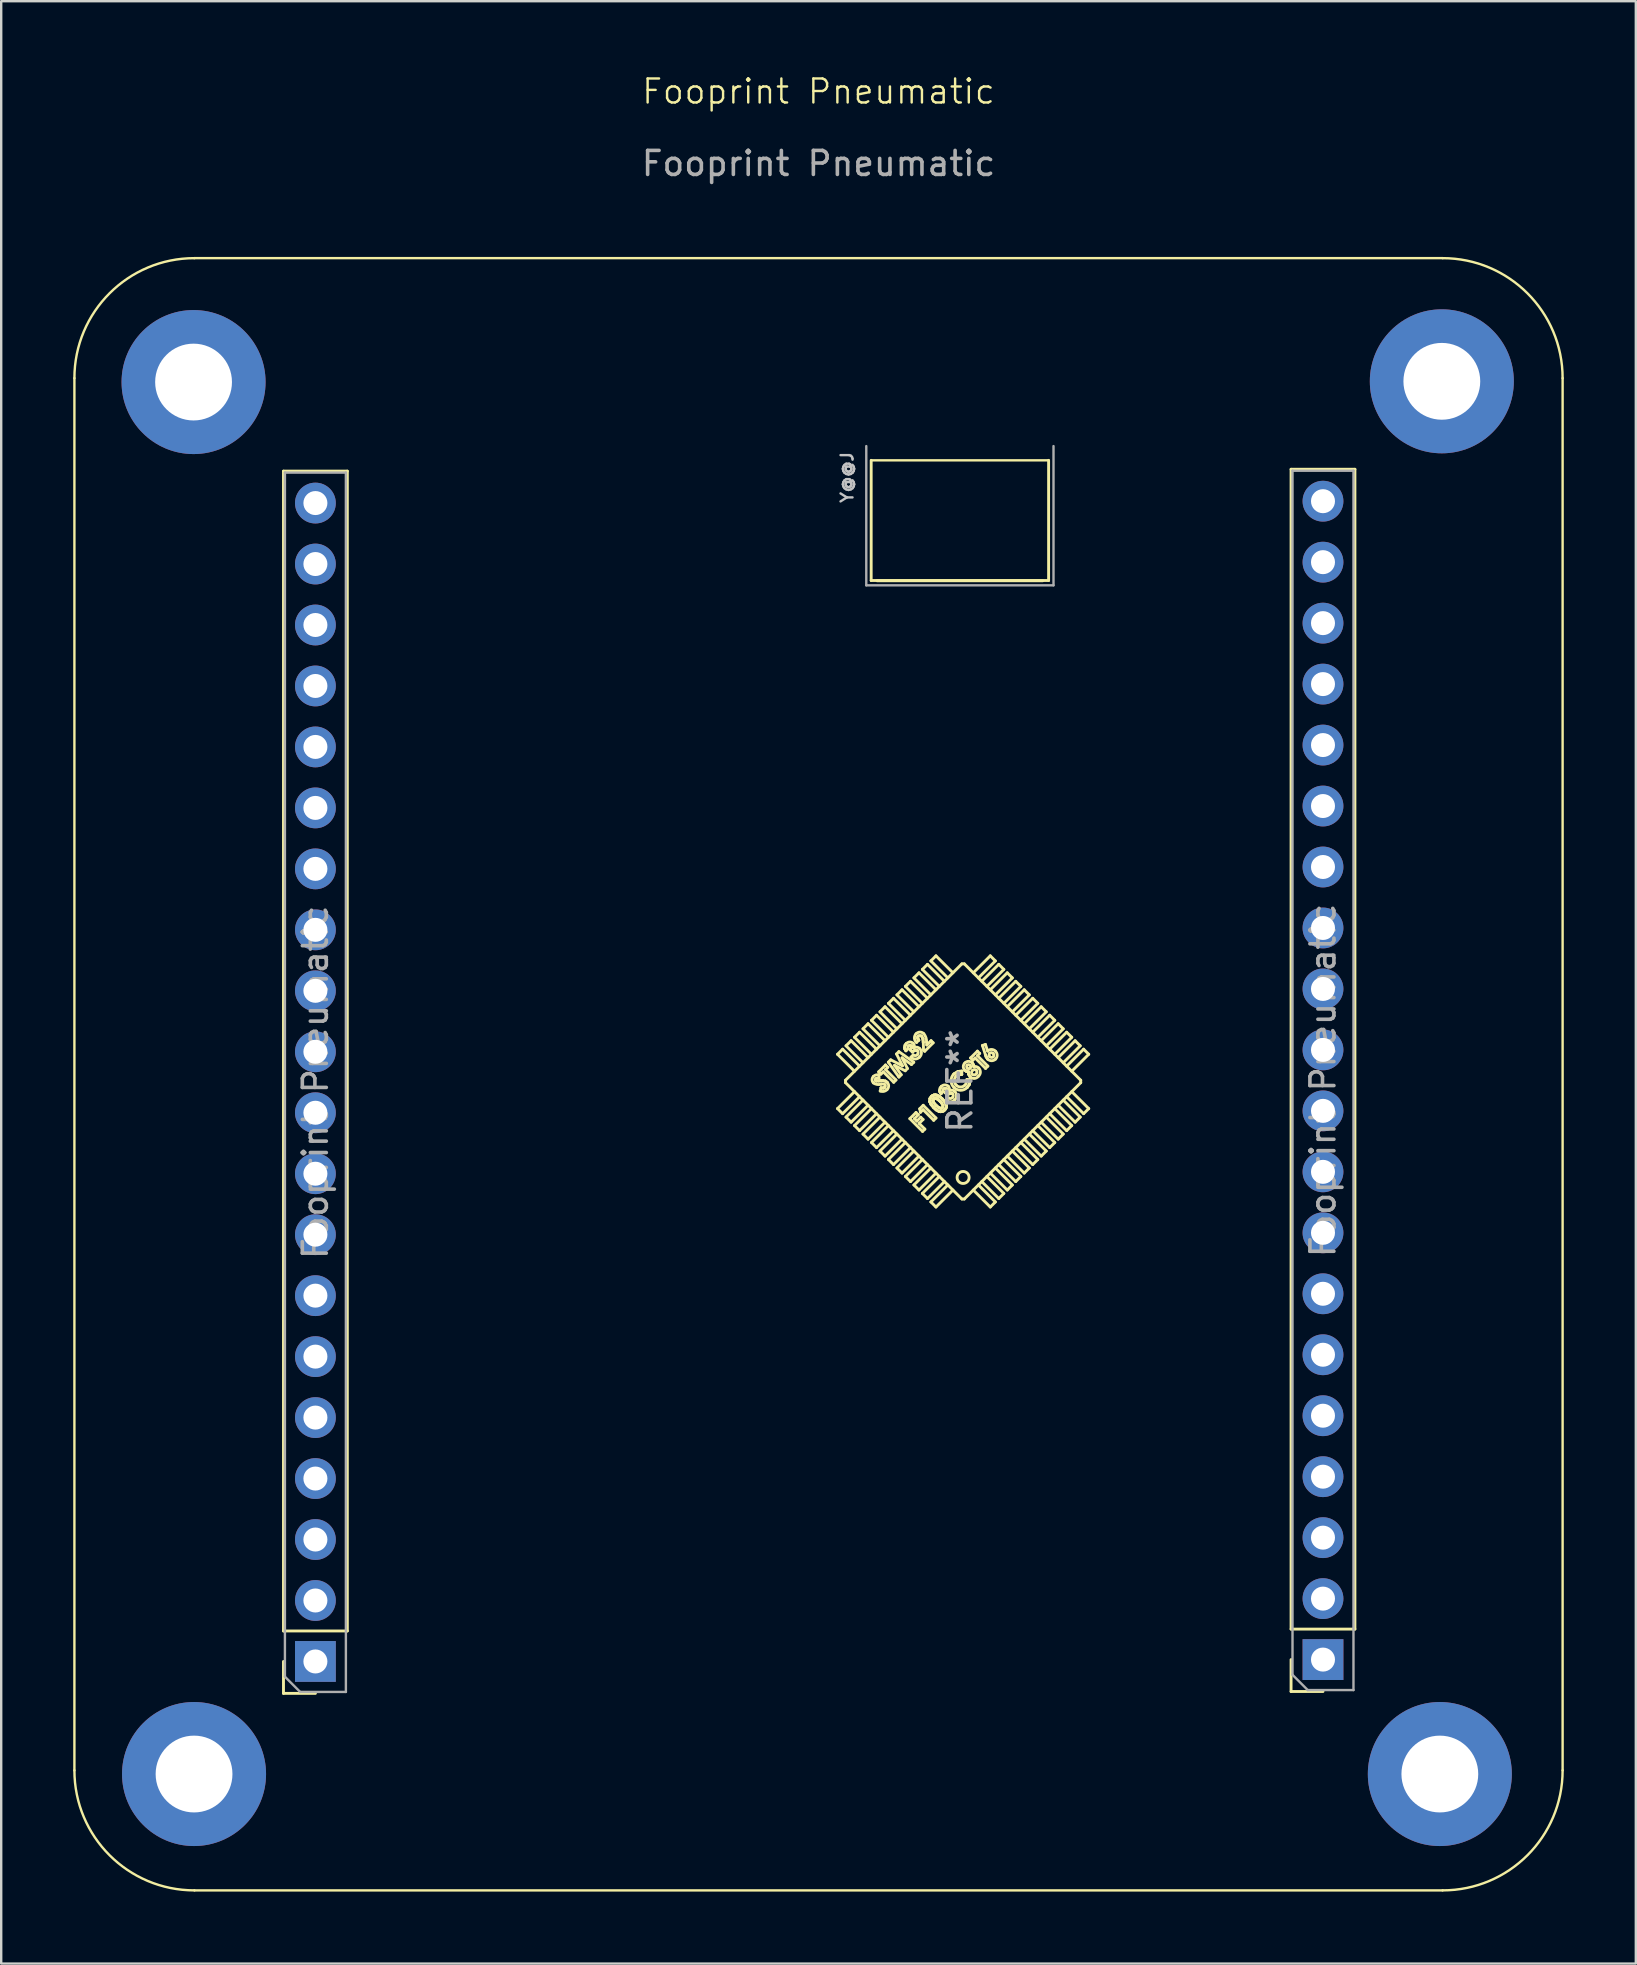
<source format=kicad_pcb>
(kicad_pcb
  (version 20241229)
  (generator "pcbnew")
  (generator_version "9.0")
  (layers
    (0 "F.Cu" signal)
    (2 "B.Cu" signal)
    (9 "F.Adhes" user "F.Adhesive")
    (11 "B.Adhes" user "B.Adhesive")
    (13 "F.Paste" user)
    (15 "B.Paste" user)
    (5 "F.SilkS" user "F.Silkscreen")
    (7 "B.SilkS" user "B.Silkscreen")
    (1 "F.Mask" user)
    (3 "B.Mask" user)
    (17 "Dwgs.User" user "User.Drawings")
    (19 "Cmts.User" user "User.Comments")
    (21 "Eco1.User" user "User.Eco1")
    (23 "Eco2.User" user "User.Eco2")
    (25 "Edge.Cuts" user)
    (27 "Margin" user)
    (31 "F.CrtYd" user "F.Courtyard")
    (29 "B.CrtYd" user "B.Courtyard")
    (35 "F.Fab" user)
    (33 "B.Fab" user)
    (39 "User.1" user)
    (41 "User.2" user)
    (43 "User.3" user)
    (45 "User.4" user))
  (footprint "Fooprint Pneumatic"
    (layer "F.Cu")
    (at 31.05 39.205)
    (property "Reference" "Fooprint Pneumatic" (at 0 -38.444 0) (unlocked yes) (layer "F.SilkS") (effects (font (size 1 1) (thickness 0.1))))
    (attr smd)
    (fp_line (start -31 -26.5) (end -31 31.5) (stroke (width 0.1) (type default)) (layer "F.SilkS"))
    (fp_line (start -26 36.5) (end 26 36.5) (stroke (width 0.1) (type default)) (layer "F.SilkS"))
    (fp_line (start -22.29 25.693) (end -22.29 -22.627) (stroke (width 0.12) (type solid)) (layer "F.SilkS"))
    (fp_line (start -22.29 28.293) (end -22.29 26.963) (stroke (width 0.12) (type solid)) (layer "F.SilkS"))
    (fp_line (start -20.96 28.293) (end -22.29 28.293) (stroke (width 0.12) (type solid)) (layer "F.SilkS"))
    (fp_line (start -19.63 -22.627) (end -22.29 -22.627) (stroke (width 0.12) (type solid)) (layer "F.SilkS"))
    (fp_line (start -19.63 25.693) (end -22.29 25.693) (stroke (width 0.12) (type solid)) (layer "F.SilkS"))
    (fp_line (start -19.63 25.693) (end -19.63 -22.627) (stroke (width 0.12) (type solid)) (layer "F.SilkS"))
    (fp_line (start 0.792 1.667) (end 1.499 2.374) (stroke (width 0.12) (type solid)) (layer "F.SilkS"))
    (fp_line (start 0.792 3.93) (end 1.499 3.223) (stroke (width 0.12) (type solid)) (layer "F.SilkS"))
    (fp_line (start 1.004 1.455) (end 0.792 1.667) (stroke (width 0.12) (type solid)) (layer "F.SilkS"))
    (fp_line (start 1.004 1.455) (end 1.711 2.162) (stroke (width 0.12) (type solid)) (layer "F.SilkS"))
    (fp_line (start 1.004 4.142) (end 0.792 3.93) (stroke (width 0.12) (type solid)) (layer "F.SilkS"))
    (fp_line (start 1.004 4.142) (end 1.711 3.435) (stroke (width 0.12) (type solid)) (layer "F.SilkS"))
    (fp_line (start 1.125 2.849) (end 1.125 2.749) (stroke (width 0.12) (type solid)) (layer "F.SilkS"))
    (fp_line (start 1.125 2.849) (end 5.974 7.698) (stroke (width 0.12) (type solid)) (layer "F.SilkS"))
    (fp_line (start 1.145 1.314) (end 1.853 2.021) (stroke (width 0.12) (type solid)) (layer "F.SilkS"))
    (fp_line (start 1.145 4.284) (end 1.853 3.576) (stroke (width 0.12) (type solid)) (layer "F.SilkS"))
    (fp_line (start 1.358 1.102) (end 1.145 1.314) (stroke (width 0.12) (type solid)) (layer "F.SilkS"))
    (fp_line (start 1.358 1.102) (end 2.065 1.809) (stroke (width 0.12) (type solid)) (layer "F.SilkS"))
    (fp_line (start 1.358 4.496) (end 1.145 4.284) (stroke (width 0.12) (type solid)) (layer "F.SilkS"))
    (fp_line (start 1.358 4.496) (end 2.065 3.789) (stroke (width 0.12) (type solid)) (layer "F.SilkS"))
    (fp_line (start 1.499 0.96) (end 2.206 1.667) (stroke (width 0.12) (type solid)) (layer "F.SilkS"))
    (fp_line (start 1.499 4.637) (end 2.206 3.93) (stroke (width 0.12) (type solid)) (layer "F.SilkS"))
    (fp_line (start 1.711 0.748) (end 1.499 0.96) (stroke (width 0.12) (type solid)) (layer "F.SilkS"))
    (fp_line (start 1.711 0.748) (end 2.418 1.455) (stroke (width 0.12) (type solid)) (layer "F.SilkS"))
    (fp_line (start 1.711 4.849) (end 1.499 4.637) (stroke (width 0.12) (type solid)) (layer "F.SilkS"))
    (fp_line (start 1.711 4.849) (end 2.418 4.142) (stroke (width 0.12) (type solid)) (layer "F.SilkS"))
    (fp_line (start 1.853 0.607) (end 2.56 1.314) (stroke (width 0.12) (type solid)) (layer "F.SilkS"))
    (fp_line (start 1.853 4.991) (end 2.56 4.284) (stroke (width 0.12) (type solid)) (layer "F.SilkS"))
    (fp_line (start 2.065 0.394) (end 1.853 0.607) (stroke (width 0.12) (type solid)) (layer "F.SilkS"))
    (fp_line (start 2.065 0.394) (end 2.772 1.102) (stroke (width 0.12) (type solid)) (layer "F.SilkS"))
    (fp_line (start 2.065 5.203) (end 1.853 4.991) (stroke (width 0.12) (type solid)) (layer "F.SilkS"))
    (fp_line (start 2.065 5.203) (end 2.772 4.496) (stroke (width 0.12) (type solid)) (layer "F.SilkS"))
    (fp_line (start 2.194 -23.076) (end 2.194 -18.07) (stroke (width 0.12) (type solid)) (layer "F.SilkS"))
    (fp_line (start 2.194 -23.076) (end 9.586 -23.076) (stroke (width 0.1) (type default)) (layer "F.SilkS"))
    (fp_line (start 2.206 0.253) (end 2.913 0.96) (stroke (width 0.12) (type solid)) (layer "F.SilkS"))
    (fp_line (start 2.206 5.344) (end 2.913 4.637) (stroke (width 0.12) (type solid)) (layer "F.SilkS"))
    (fp_line (start 2.378 2.76) (end 2.396 2.772) (stroke (width 0.12) (type solid)) (layer "F.SilkS"))
    (fp_line (start 2.378 2.76) (end 2.396 2.772) (stroke (width 0.12) (type solid)) (layer "F.SilkS"))
    (fp_line (start 2.396 2.772) (end 2.412 2.777) (stroke (width 0.12) (type solid)) (layer "F.SilkS"))
    (fp_line (start 2.396 2.772) (end 2.412 2.777) (stroke (width 0.12) (type solid)) (layer "F.SilkS"))
    (fp_line (start 2.412 2.777) (end 2.491 2.777) (stroke (width 0.12) (type solid)) (layer "F.SilkS"))
    (fp_line (start 2.412 2.777) (end 2.491 2.777) (stroke (width 0.12) (type solid)) (layer "F.SilkS"))
    (fp_line (start 2.418 0.041) (end 2.206 0.253) (stroke (width 0.12) (type solid)) (layer "F.SilkS"))
    (fp_line (start 2.418 0.041) (end 3.125 0.748) (stroke (width 0.12) (type solid)) (layer "F.SilkS"))
    (fp_line (start 2.418 5.556) (end 2.206 5.344) (stroke (width 0.12) (type solid)) (layer "F.SilkS"))
    (fp_line (start 2.418 5.556) (end 3.125 4.849) (stroke (width 0.12) (type solid)) (layer "F.SilkS"))
    (fp_line (start 2.491 2.777) (end 2.552 2.773) (stroke (width 0.12) (type solid)) (layer "F.SilkS"))
    (fp_line (start 2.491 2.777) (end 2.552 2.773) (stroke (width 0.12) (type solid)) (layer "F.SilkS"))
    (fp_line (start 2.506 2.399) (end 2.792 2.113) (stroke (width 0.12) (type solid)) (layer "F.SilkS"))
    (fp_line (start 2.523 2.524) (end 2.517 2.661) (stroke (width 0.12) (type solid)) (layer "F.SilkS"))
    (fp_line (start 2.552 2.773) (end 2.625 2.768) (stroke (width 0.12) (type solid)) (layer "F.SilkS"))
    (fp_line (start 2.552 2.773) (end 2.625 2.768) (stroke (width 0.12) (type solid)) (layer "F.SilkS"))
    (fp_line (start 2.56 -0.101) (end 3.267 0.607) (stroke (width 0.12) (type solid)) (layer "F.SilkS"))
    (fp_line (start 2.56 5.698) (end 3.267 4.991) (stroke (width 0.12) (type solid)) (layer "F.SilkS"))
    (fp_line (start 2.57 3.197) (end 2.604 3.063) (stroke (width 0.12) (type solid)) (layer "F.SilkS"))
    (fp_line (start 2.601 2.494) (end 2.506 2.399) (stroke (width 0.12) (type solid)) (layer "F.SilkS"))
    (fp_line (start 2.604 3.063) (end 2.694 3.074) (stroke (width 0.12) (type solid)) (layer "F.SilkS"))
    (fp_line (start 2.604 3.063) (end 2.694 3.074) (stroke (width 0.12) (type solid)) (layer "F.SilkS"))
    (fp_line (start 2.625 2.768) (end 2.682 2.766) (stroke (width 0.12) (type solid)) (layer "F.SilkS"))
    (fp_line (start 2.625 2.768) (end 2.682 2.766) (stroke (width 0.12) (type solid)) (layer "F.SilkS"))
    (fp_line (start 2.682 2.766) (end 2.788 2.785) (stroke (width 0.12) (type solid)) (layer "F.SilkS"))
    (fp_line (start 2.682 2.766) (end 2.788 2.785) (stroke (width 0.12) (type solid)) (layer "F.SilkS"))
    (fp_line (start 2.694 3.074) (end 2.729 3.065) (stroke (width 0.12) (type solid)) (layer "F.SilkS"))
    (fp_line (start 2.694 3.074) (end 2.729 3.065) (stroke (width 0.12) (type solid)) (layer "F.SilkS"))
    (fp_line (start 2.697 2.399) (end 2.601 2.494) (stroke (width 0.12) (type solid)) (layer "F.SilkS"))
    (fp_line (start 2.729 3.065) (end 2.758 3.044) (stroke (width 0.12) (type solid)) (layer "F.SilkS"))
    (fp_line (start 2.729 3.065) (end 2.758 3.044) (stroke (width 0.12) (type solid)) (layer "F.SilkS"))
    (fp_line (start 2.772 -0.313) (end 2.56 -0.101) (stroke (width 0.12) (type solid)) (layer "F.SilkS"))
    (fp_line (start 2.772 -0.313) (end 3.479 0.394) (stroke (width 0.12) (type solid)) (layer "F.SilkS"))
    (fp_line (start 2.772 5.91) (end 2.56 5.698) (stroke (width 0.12) (type solid)) (layer "F.SilkS"))
    (fp_line (start 2.772 5.91) (end 3.479 5.203) (stroke (width 0.12) (type solid)) (layer "F.SilkS"))
    (fp_line (start 2.788 2.785) (end 2.858 2.833) (stroke (width 0.12) (type solid)) (layer "F.SilkS"))
    (fp_line (start 2.788 2.785) (end 2.858 2.833) (stroke (width 0.12) (type solid)) (layer "F.SilkS"))
    (fp_line (start 2.792 2.113) (end 2.887 2.209) (stroke (width 0.12) (type solid)) (layer "F.SilkS"))
    (fp_line (start 2.792 2.304) (end 3.227 2.739) (stroke (width 0.12) (type solid)) (layer "F.SilkS"))
    (fp_line (start 2.887 2.209) (end 2.792 2.304) (stroke (width 0.12) (type solid)) (layer "F.SilkS"))
    (fp_line (start 2.909 1.997) (end 3.007 1.898) (stroke (width 0.12) (type solid)) (layer "F.SilkS"))
    (fp_line (start 2.913 -0.454) (end 3.62 0.253) (stroke (width 0.12) (type solid)) (layer "F.SilkS"))
    (fp_line (start 2.913 6.051) (end 3.62 5.344) (stroke (width 0.12) (type solid)) (layer "F.SilkS"))
    (fp_line (start 3.007 1.898) (end 3.498 2.147) (stroke (width 0.12) (type solid)) (layer "F.SilkS"))
    (fp_line (start 3.125 -0.666) (end 2.913 -0.454) (stroke (width 0.12) (type solid)) (layer "F.SilkS"))
    (fp_line (start 3.125 -0.666) (end 3.832 0.041) (stroke (width 0.12) (type solid)) (layer "F.SilkS"))
    (fp_line (start 3.125 6.263) (end 2.913 6.051) (stroke (width 0.12) (type solid)) (layer "F.SilkS"))
    (fp_line (start 3.125 6.263) (end 3.832 5.556) (stroke (width 0.12) (type solid)) (layer "F.SilkS"))
    (fp_line (start 3.132 2.834) (end 2.697 2.399) (stroke (width 0.12) (type solid)) (layer "F.SilkS"))
    (fp_line (start 3.167 2.129) (end 3.446 2.52) (stroke (width 0.12) (type solid)) (layer "F.SilkS"))
    (fp_line (start 3.227 2.739) (end 3.132 2.834) (stroke (width 0.12) (type solid)) (layer "F.SilkS"))
    (fp_line (start 3.25 1.655) (end 3.348 1.557) (stroke (width 0.12) (type solid)) (layer "F.SilkS"))
    (fp_line (start 3.267 -0.808) (end 3.974 -0.101) (stroke (width 0.12) (type solid)) (layer "F.SilkS"))
    (fp_line (start 3.267 6.405) (end 3.974 5.698) (stroke (width 0.12) (type solid)) (layer "F.SilkS"))
    (fp_line (start 3.348 1.557) (end 3.968 1.998) (stroke (width 0.12) (type solid)) (layer "F.SilkS"))
    (fp_line (start 3.349 2.617) (end 2.909 1.997) (stroke (width 0.12) (type solid)) (layer "F.SilkS"))
    (fp_line (start 3.446 2.52) (end 3.349 2.617) (stroke (width 0.12) (type solid)) (layer "F.SilkS"))
    (fp_line (start 3.479 -1.02) (end 3.267 -0.808) (stroke (width 0.12) (type solid)) (layer "F.SilkS"))
    (fp_line (start 3.479 -1.02) (end 4.186 -0.313) (stroke (width 0.12) (type solid)) (layer "F.SilkS"))
    (fp_line (start 3.479 6.617) (end 3.267 6.405) (stroke (width 0.12) (type solid)) (layer "F.SilkS"))
    (fp_line (start 3.479 6.617) (end 4.186 5.91) (stroke (width 0.12) (type solid)) (layer "F.SilkS"))
    (fp_line (start 3.48 1.816) (end 3.705 2.261) (stroke (width 0.12) (type solid)) (layer "F.SilkS"))
    (fp_line (start 3.498 2.147) (end 3.25 1.655) (stroke (width 0.12) (type solid)) (layer "F.SilkS"))
    (fp_line (start 3.589 1.388) (end 3.609 1.287) (stroke (width 0.12) (type solid)) (layer "F.SilkS"))
    (fp_line (start 3.589 1.388) (end 3.609 1.287) (stroke (width 0.12) (type solid)) (layer "F.SilkS"))
    (fp_line (start 3.601 1.451) (end 3.589 1.388) (stroke (width 0.12) (type solid)) (layer "F.SilkS"))
    (fp_line (start 3.601 1.451) (end 3.589 1.388) (stroke (width 0.12) (type solid)) (layer "F.SilkS"))
    (fp_line (start 3.609 1.287) (end 3.657 1.221) (stroke (width 0.12) (type solid)) (layer "F.SilkS"))
    (fp_line (start 3.609 1.287) (end 3.657 1.221) (stroke (width 0.12) (type solid)) (layer "F.SilkS"))
    (fp_line (start 3.612 2.354) (end 3.167 2.129) (stroke (width 0.12) (type solid)) (layer "F.SilkS"))
    (fp_line (start 3.62 -1.161) (end 4.327 -0.454) (stroke (width 0.12) (type solid)) (layer "F.SilkS"))
    (fp_line (start 3.62 6.758) (end 4.327 6.051) (stroke (width 0.12) (type solid)) (layer "F.SilkS"))
    (fp_line (start 3.642 1.522) (end 3.601 1.451) (stroke (width 0.12) (type solid)) (layer "F.SilkS"))
    (fp_line (start 3.642 1.522) (end 3.601 1.451) (stroke (width 0.12) (type solid)) (layer "F.SilkS"))
    (fp_line (start 3.705 2.261) (end 3.612 2.354) (stroke (width 0.12) (type solid)) (layer "F.SilkS"))
    (fp_line (start 3.737 1.427) (end 3.642 1.522) (stroke (width 0.12) (type solid)) (layer "F.SilkS"))
    (fp_line (start 3.805 4.35) (end 4.063 4.092) (stroke (width 0.12) (type solid)) (layer "F.SilkS"))
    (fp_line (start 3.818 1.481) (end 3.87 1.402) (stroke (width 0.12) (type solid)) (layer "F.SilkS"))
    (fp_line (start 3.818 1.481) (end 3.87 1.402) (stroke (width 0.12) (type solid)) (layer "F.SilkS"))
    (fp_line (start 3.832 -1.373) (end 3.62 -1.161) (stroke (width 0.12) (type solid)) (layer "F.SilkS"))
    (fp_line (start 3.832 -1.373) (end 4.54 -0.666) (stroke (width 0.12) (type solid)) (layer "F.SilkS"))
    (fp_line (start 3.832 6.971) (end 3.62 6.758) (stroke (width 0.12) (type solid)) (layer "F.SilkS"))
    (fp_line (start 3.832 6.971) (end 4.54 6.263) (stroke (width 0.12) (type solid)) (layer "F.SilkS"))
    (fp_line (start 3.852 1.787) (end 3.948 1.692) (stroke (width 0.12) (type solid)) (layer "F.SilkS"))
    (fp_line (start 3.868 1.333) (end 3.855 1.314) (stroke (width 0.12) (type solid)) (layer "F.SilkS"))
    (fp_line (start 3.868 1.333) (end 3.855 1.314) (stroke (width 0.12) (type solid)) (layer "F.SilkS"))
    (fp_line (start 3.87 1.402) (end 3.875 1.356) (stroke (width 0.12) (type solid)) (layer "F.SilkS"))
    (fp_line (start 3.87 1.402) (end 3.875 1.356) (stroke (width 0.12) (type solid)) (layer "F.SilkS"))
    (fp_line (start 3.872 2.094) (end 3.48 1.816) (stroke (width 0.12) (type solid)) (layer "F.SilkS"))
    (fp_line (start 3.875 1.356) (end 3.868 1.333) (stroke (width 0.12) (type solid)) (layer "F.SilkS"))
    (fp_line (start 3.875 1.356) (end 3.868 1.333) (stroke (width 0.12) (type solid)) (layer "F.SilkS"))
    (fp_line (start 3.907 1.57) (end 3.818 1.481) (stroke (width 0.12) (type solid)) (layer "F.SilkS"))
    (fp_line (start 3.968 1.998) (end 3.872 2.094) (stroke (width 0.12) (type solid)) (layer "F.SilkS"))
    (fp_line (start 3.974 -1.515) (end 4.681 -0.808) (stroke (width 0.12) (type solid)) (layer "F.SilkS"))
    (fp_line (start 3.974 7.112) (end 4.681 6.405) (stroke (width 0.12) (type solid)) (layer "F.SilkS"))
    (fp_line (start 3.995 4.35) (end 4.097 4.452) (stroke (width 0.12) (type solid)) (layer "F.SilkS"))
    (fp_line (start 4.008 1.504) (end 3.907 1.57) (stroke (width 0.12) (type solid)) (layer "F.SilkS"))
    (fp_line (start 4.008 1.504) (end 3.907 1.57) (stroke (width 0.12) (type solid)) (layer "F.SilkS"))
    (fp_line (start 4.063 4.092) (end 4.158 4.187) (stroke (width 0.12) (type solid)) (layer "F.SilkS"))
    (fp_line (start 4.068 1.499) (end 4.008 1.504) (stroke (width 0.12) (type solid)) (layer "F.SilkS"))
    (fp_line (start 4.068 1.499) (end 4.008 1.504) (stroke (width 0.12) (type solid)) (layer "F.SilkS"))
    (fp_line (start 4.097 4.452) (end 4.26 4.289) (stroke (width 0.12) (type solid)) (layer "F.SilkS"))
    (fp_line (start 4.097 1.508) (end 4.068 1.499) (stroke (width 0.12) (type solid)) (layer "F.SilkS"))
    (fp_line (start 4.097 1.508) (end 4.068 1.499) (stroke (width 0.12) (type solid)) (layer "F.SilkS"))
    (fp_line (start 4.122 1.526) (end 4.097 1.508) (stroke (width 0.12) (type solid)) (layer "F.SilkS"))
    (fp_line (start 4.122 1.526) (end 4.097 1.508) (stroke (width 0.12) (type solid)) (layer "F.SilkS"))
    (fp_line (start 4.132 0.957) (end 4.135 1.01) (stroke (width 0.12) (type solid)) (layer "F.SilkS"))
    (fp_line (start 4.132 0.957) (end 4.135 1.01) (stroke (width 0.12) (type solid)) (layer "F.SilkS"))
    (fp_line (start 4.135 1.01) (end 4.179 1.08) (stroke (width 0.12) (type solid)) (layer "F.SilkS"))
    (fp_line (start 4.135 1.01) (end 4.179 1.08) (stroke (width 0.12) (type solid)) (layer "F.SilkS"))
    (fp_line (start 4.157 0.911) (end 4.132 0.957) (stroke (width 0.12) (type solid)) (layer "F.SilkS"))
    (fp_line (start 4.157 0.911) (end 4.132 0.957) (stroke (width 0.12) (type solid)) (layer "F.SilkS"))
    (fp_line (start 4.158 4.187) (end 3.995 4.35) (stroke (width 0.12) (type solid)) (layer "F.SilkS"))
    (fp_line (start 4.179 1.08) (end 4.084 1.175) (stroke (width 0.12) (type solid)) (layer "F.SilkS"))
    (fp_line (start 4.186 -1.727) (end 3.974 -1.515) (stroke (width 0.12) (type solid)) (layer "F.SilkS"))
    (fp_line (start 4.186 -1.727) (end 4.893 -1.02) (stroke (width 0.12) (type solid)) (layer "F.SilkS"))
    (fp_line (start 4.186 7.324) (end 3.974 7.112) (stroke (width 0.12) (type solid)) (layer "F.SilkS"))
    (fp_line (start 4.186 7.324) (end 4.893 6.617) (stroke (width 0.12) (type solid)) (layer "F.SilkS"))
    (fp_line (start 4.192 4.548) (end 4.43 4.786) (stroke (width 0.12) (type solid)) (layer "F.SilkS"))
    (fp_line (start 4.215 3.94) (end 4.362 3.793) (stroke (width 0.12) (type solid)) (layer "F.SilkS"))
    (fp_line (start 4.247 4.085) (end 4.215 3.94) (stroke (width 0.12) (type solid)) (layer "F.SilkS"))
    (fp_line (start 4.26 4.289) (end 4.356 4.384) (stroke (width 0.12) (type solid)) (layer "F.SilkS"))
    (fp_line (start 4.327 -1.868) (end 5.034 -1.161) (stroke (width 0.12) (type solid)) (layer "F.SilkS"))
    (fp_line (start 4.327 7.465) (end 5.034 6.758) (stroke (width 0.12) (type solid)) (layer "F.SilkS"))
    (fp_line (start 4.335 4.881) (end 3.805 4.35) (stroke (width 0.12) (type solid)) (layer "F.SilkS"))
    (fp_line (start 4.35 1.018) (end 4.297 0.913) (stroke (width 0.12) (type solid)) (layer "F.SilkS"))
    (fp_line (start 4.35 1.018) (end 4.297 0.913) (stroke (width 0.12) (type solid)) (layer "F.SilkS"))
    (fp_line (start 4.356 3.976) (end 4.247 4.085) (stroke (width 0.12) (type solid)) (layer "F.SilkS"))
    (fp_line (start 4.356 4.384) (end 4.192 4.548) (stroke (width 0.12) (type solid)) (layer "F.SilkS"))
    (fp_line (start 4.362 3.793) (end 4.893 4.323) (stroke (width 0.12) (type solid)) (layer "F.SilkS"))
    (fp_line (start 4.365 1.17) (end 4.35 1.018) (stroke (width 0.12) (type solid)) (layer "F.SilkS"))
    (fp_line (start 4.365 1.17) (end 4.35 1.018) (stroke (width 0.12) (type solid)) (layer "F.SilkS"))
    (fp_line (start 4.375 1.494) (end 4.365 1.17) (stroke (width 0.12) (type solid)) (layer "F.SilkS"))
    (fp_line (start 4.424 1.542) (end 4.375 1.494) (stroke (width 0.12) (type solid)) (layer "F.SilkS"))
    (fp_line (start 4.43 4.786) (end 4.335 4.881) (stroke (width 0.12) (type solid)) (layer "F.SilkS"))
    (fp_line (start 4.502 1.16) (end 4.51 1.279) (stroke (width 0.12) (type solid)) (layer "F.SilkS"))
    (fp_line (start 4.51 1.279) (end 4.689 1.1) (stroke (width 0.12) (type solid)) (layer "F.SilkS"))
    (fp_line (start 4.54 -2.08) (end 4.327 -1.868) (stroke (width 0.12) (type solid)) (layer "F.SilkS"))
    (fp_line (start 4.54 -2.08) (end 5.247 -1.373) (stroke (width 0.12) (type solid)) (layer "F.SilkS"))
    (fp_line (start 4.54 7.678) (end 4.327 7.465) (stroke (width 0.12) (type solid)) (layer "F.SilkS"))
    (fp_line (start 4.54 7.678) (end 5.247 6.971) (stroke (width 0.12) (type solid)) (layer "F.SilkS"))
    (fp_line (start 4.634 3.638) (end 4.643 3.513) (stroke (width 0.12) (type solid)) (layer "F.SilkS"))
    (fp_line (start 4.634 3.638) (end 4.643 3.513) (stroke (width 0.12) (type solid)) (layer "F.SilkS"))
    (fp_line (start 4.643 3.513) (end 4.697 3.431) (stroke (width 0.12) (type solid)) (layer "F.SilkS"))
    (fp_line (start 4.643 3.513) (end 4.697 3.431) (stroke (width 0.12) (type solid)) (layer "F.SilkS"))
    (fp_line (start 4.681 -2.222) (end 5.388 -1.515) (stroke (width 0.12) (type solid)) (layer "F.SilkS"))
    (fp_line (start 4.681 7.819) (end 5.388 7.112) (stroke (width 0.12) (type solid)) (layer "F.SilkS"))
    (fp_line (start 4.689 1.1) (end 4.777 1.189) (stroke (width 0.12) (type solid)) (layer "F.SilkS"))
    (fp_line (start 4.691 3.761) (end 4.634 3.638) (stroke (width 0.12) (type solid)) (layer "F.SilkS"))
    (fp_line (start 4.691 3.761) (end 4.634 3.638) (stroke (width 0.12) (type solid)) (layer "F.SilkS"))
    (fp_line (start 4.697 3.431) (end 4.75 3.39) (stroke (width 0.12) (type solid)) (layer "F.SilkS"))
    (fp_line (start 4.697 3.431) (end 4.75 3.39) (stroke (width 0.12) (type solid)) (layer "F.SilkS"))
    (fp_line (start 4.75 3.39) (end 4.811 3.365) (stroke (width 0.12) (type solid)) (layer "F.SilkS"))
    (fp_line (start 4.75 3.39) (end 4.811 3.365) (stroke (width 0.12) (type solid)) (layer "F.SilkS"))
    (fp_line (start 4.766 3.598) (end 4.794 3.674) (stroke (width 0.12) (type solid)) (layer "F.SilkS"))
    (fp_line (start 4.766 3.598) (end 4.794 3.674) (stroke (width 0.12) (type solid)) (layer "F.SilkS"))
    (fp_line (start 4.773 3.558) (end 4.766 3.598) (stroke (width 0.12) (type solid)) (layer "F.SilkS"))
    (fp_line (start 4.773 3.558) (end 4.766 3.598) (stroke (width 0.12) (type solid)) (layer "F.SilkS"))
    (fp_line (start 4.777 1.189) (end 4.424 1.542) (stroke (width 0.12) (type solid)) (layer "F.SilkS"))
    (fp_line (start 4.794 3.674) (end 4.899 3.799) (stroke (width 0.12) (type solid)) (layer "F.SilkS"))
    (fp_line (start 4.794 3.674) (end 4.899 3.799) (stroke (width 0.12) (type solid)) (layer "F.SilkS"))
    (fp_line (start 4.795 3.524) (end 4.773 3.558) (stroke (width 0.12) (type solid)) (layer "F.SilkS"))
    (fp_line (start 4.795 3.524) (end 4.773 3.558) (stroke (width 0.12) (type solid)) (layer "F.SilkS"))
    (fp_line (start 4.798 4.418) (end 4.356 3.976) (stroke (width 0.12) (type solid)) (layer "F.SilkS"))
    (fp_line (start 4.803 3.893) (end 4.691 3.761) (stroke (width 0.12) (type solid)) (layer "F.SilkS"))
    (fp_line (start 4.803 3.893) (end 4.691 3.761) (stroke (width 0.12) (type solid)) (layer "F.SilkS"))
    (fp_line (start 4.811 3.365) (end 4.878 3.36) (stroke (width 0.12) (type solid)) (layer "F.SilkS"))
    (fp_line (start 4.811 3.365) (end 4.878 3.36) (stroke (width 0.12) (type solid)) (layer "F.SilkS"))
    (fp_line (start 4.828 3.502) (end 4.795 3.524) (stroke (width 0.12) (type solid)) (layer "F.SilkS"))
    (fp_line (start 4.828 3.502) (end 4.795 3.524) (stroke (width 0.12) (type solid)) (layer "F.SilkS"))
    (fp_line (start 4.867 3.498) (end 4.828 3.502) (stroke (width 0.12) (type solid)) (layer "F.SilkS"))
    (fp_line (start 4.867 3.498) (end 4.828 3.502) (stroke (width 0.12) (type solid)) (layer "F.SilkS"))
    (fp_line (start 4.878 3.36) (end 4.943 3.375) (stroke (width 0.12) (type solid)) (layer "F.SilkS"))
    (fp_line (start 4.878 3.36) (end 4.943 3.375) (stroke (width 0.12) (type solid)) (layer "F.SilkS"))
    (fp_line (start 4.893 4.323) (end 4.798 4.418) (stroke (width 0.12) (type solid)) (layer "F.SilkS"))
    (fp_line (start 4.893 -2.434) (end 4.681 -2.222) (stroke (width 0.12) (type solid)) (layer "F.SilkS"))
    (fp_line (start 4.893 -2.434) (end 5.6 -1.727) (stroke (width 0.12) (type solid)) (layer "F.SilkS"))
    (fp_line (start 4.893 8.031) (end 4.681 7.819) (stroke (width 0.12) (type solid)) (layer "F.SilkS"))
    (fp_line (start 4.893 8.031) (end 5.6 7.324) (stroke (width 0.12) (type solid)) (layer "F.SilkS"))
    (fp_line (start 4.899 3.799) (end 5.019 3.896) (stroke (width 0.12) (type solid)) (layer "F.SilkS"))
    (fp_line (start 4.899 3.799) (end 5.019 3.896) (stroke (width 0.12) (type solid)) (layer "F.SilkS"))
    (fp_line (start 4.901 3.981) (end 4.803 3.893) (stroke (width 0.12) (type solid)) (layer "F.SilkS"))
    (fp_line (start 4.901 3.981) (end 4.803 3.893) (stroke (width 0.12) (type solid)) (layer "F.SilkS"))
    (fp_line (start 4.941 3.523) (end 4.867 3.498) (stroke (width 0.12) (type solid)) (layer "F.SilkS"))
    (fp_line (start 4.941 3.523) (end 4.867 3.498) (stroke (width 0.12) (type solid)) (layer "F.SilkS"))
    (fp_line (start 4.943 3.375) (end 5.058 3.439) (stroke (width 0.12) (type solid)) (layer "F.SilkS"))
    (fp_line (start 4.943 3.375) (end 5.058 3.439) (stroke (width 0.12) (type solid)) (layer "F.SilkS"))
    (fp_line (start 5.016 4.044) (end 4.901 3.981) (stroke (width 0.12) (type solid)) (layer "F.SilkS"))
    (fp_line (start 5.016 4.044) (end 4.901 3.981) (stroke (width 0.12) (type solid)) (layer "F.SilkS"))
    (fp_line (start 5.019 3.896) (end 5.092 3.918) (stroke (width 0.12) (type solid)) (layer "F.SilkS"))
    (fp_line (start 5.019 3.896) (end 5.092 3.918) (stroke (width 0.12) (type solid)) (layer "F.SilkS"))
    (fp_line (start 5.051 3.176) (end 5.071 3.075) (stroke (width 0.12) (type solid)) (layer "F.SilkS"))
    (fp_line (start 5.051 3.176) (end 5.071 3.075) (stroke (width 0.12) (type solid)) (layer "F.SilkS"))
    (fp_line (start 5.058 3.439) (end 5.158 3.528) (stroke (width 0.12) (type solid)) (layer "F.SilkS"))
    (fp_line (start 5.058 3.439) (end 5.158 3.528) (stroke (width 0.12) (type solid)) (layer "F.SilkS"))
    (fp_line (start 5.063 3.623) (end 4.941 3.523) (stroke (width 0.12) (type solid)) (layer "F.SilkS"))
    (fp_line (start 5.063 3.623) (end 4.941 3.523) (stroke (width 0.12) (type solid)) (layer "F.SilkS"))
    (fp_line (start 5.063 3.239) (end 5.051 3.176) (stroke (width 0.12) (type solid)) (layer "F.SilkS"))
    (fp_line (start 5.063 3.239) (end 5.051 3.176) (stroke (width 0.12) (type solid)) (layer "F.SilkS"))
    (fp_line (start 5.071 3.075) (end 5.119 3.009) (stroke (width 0.12) (type solid)) (layer "F.SilkS"))
    (fp_line (start 5.071 3.075) (end 5.119 3.009) (stroke (width 0.12) (type solid)) (layer "F.SilkS"))
    (fp_line (start 5.081 4.057) (end 5.016 4.044) (stroke (width 0.12) (type solid)) (layer "F.SilkS"))
    (fp_line (start 5.081 4.057) (end 5.016 4.044) (stroke (width 0.12) (type solid)) (layer "F.SilkS"))
    (fp_line (start 5.092 3.918) (end 5.13 3.912) (stroke (width 0.12) (type solid)) (layer "F.SilkS"))
    (fp_line (start 5.092 3.918) (end 5.13 3.912) (stroke (width 0.12) (type solid)) (layer "F.SilkS"))
    (fp_line (start 5.104 3.31) (end 5.063 3.239) (stroke (width 0.12) (type solid)) (layer "F.SilkS"))
    (fp_line (start 5.104 3.31) (end 5.063 3.239) (stroke (width 0.12) (type solid)) (layer "F.SilkS"))
    (fp_line (start 5.126 3.693) (end 5.063 3.623) (stroke (width 0.12) (type solid)) (layer "F.SilkS"))
    (fp_line (start 5.126 3.693) (end 5.063 3.623) (stroke (width 0.12) (type solid)) (layer "F.SilkS"))
    (fp_line (start 5.13 3.912) (end 5.162 3.891) (stroke (width 0.12) (type solid)) (layer "F.SilkS"))
    (fp_line (start 5.13 3.912) (end 5.162 3.891) (stroke (width 0.12) (type solid)) (layer "F.SilkS"))
    (fp_line (start 5.146 4.052) (end 5.081 4.057) (stroke (width 0.12) (type solid)) (layer "F.SilkS"))
    (fp_line (start 5.146 4.052) (end 5.081 4.057) (stroke (width 0.12) (type solid)) (layer "F.SilkS"))
    (fp_line (start 5.158 3.528) (end 5.246 3.627) (stroke (width 0.12) (type solid)) (layer "F.SilkS"))
    (fp_line (start 5.158 3.528) (end 5.246 3.627) (stroke (width 0.12) (type solid)) (layer "F.SilkS"))
    (fp_line (start 5.184 3.796) (end 5.126 3.693) (stroke (width 0.12) (type solid)) (layer "F.SilkS"))
    (fp_line (start 5.184 3.796) (end 5.126 3.693) (stroke (width 0.12) (type solid)) (layer "F.SilkS"))
    (fp_line (start 5.199 3.215) (end 5.104 3.31) (stroke (width 0.12) (type solid)) (layer "F.SilkS"))
    (fp_line (start 5.206 4.027) (end 5.146 4.052) (stroke (width 0.12) (type solid)) (layer "F.SilkS"))
    (fp_line (start 5.206 4.027) (end 5.146 4.052) (stroke (width 0.12) (type solid)) (layer "F.SilkS"))
    (fp_line (start 5.246 3.627) (end 5.311 3.742) (stroke (width 0.12) (type solid)) (layer "F.SilkS"))
    (fp_line (start 5.246 3.627) (end 5.311 3.742) (stroke (width 0.12) (type solid)) (layer "F.SilkS"))
    (fp_line (start 5.258 3.985) (end 5.206 4.027) (stroke (width 0.12) (type solid)) (layer "F.SilkS"))
    (fp_line (start 5.258 3.985) (end 5.206 4.027) (stroke (width 0.12) (type solid)) (layer "F.SilkS"))
    (fp_line (start 5.28 3.269) (end 5.332 3.19) (stroke (width 0.12) (type solid)) (layer "F.SilkS"))
    (fp_line (start 5.28 3.269) (end 5.332 3.19) (stroke (width 0.12) (type solid)) (layer "F.SilkS"))
    (fp_line (start 5.299 3.934) (end 5.258 3.985) (stroke (width 0.12) (type solid)) (layer "F.SilkS"))
    (fp_line (start 5.299 3.934) (end 5.258 3.985) (stroke (width 0.12) (type solid)) (layer "F.SilkS"))
    (fp_line (start 5.311 3.742) (end 5.327 3.807) (stroke (width 0.12) (type solid)) (layer "F.SilkS"))
    (fp_line (start 5.311 3.742) (end 5.327 3.807) (stroke (width 0.12) (type solid)) (layer "F.SilkS"))
    (fp_line (start 5.314 3.575) (end 5.409 3.48) (stroke (width 0.12) (type solid)) (layer "F.SilkS"))
    (fp_line (start 5.324 3.873) (end 5.299 3.934) (stroke (width 0.12) (type solid)) (layer "F.SilkS"))
    (fp_line (start 5.324 3.873) (end 5.299 3.934) (stroke (width 0.12) (type solid)) (layer "F.SilkS"))
    (fp_line (start 5.327 3.807) (end 5.324 3.873) (stroke (width 0.12) (type solid)) (layer "F.SilkS"))
    (fp_line (start 5.327 3.807) (end 5.324 3.873) (stroke (width 0.12) (type solid)) (layer "F.SilkS"))
    (fp_line (start 5.33 3.121) (end 5.317 3.102) (stroke (width 0.12) (type solid)) (layer "F.SilkS"))
    (fp_line (start 5.33 3.121) (end 5.317 3.102) (stroke (width 0.12) (type solid)) (layer "F.SilkS"))
    (fp_line (start 5.332 3.19) (end 5.337 3.144) (stroke (width 0.12) (type solid)) (layer "F.SilkS"))
    (fp_line (start 5.332 3.19) (end 5.337 3.144) (stroke (width 0.12) (type solid)) (layer "F.SilkS"))
    (fp_line (start 5.337 3.144) (end 5.33 3.121) (stroke (width 0.12) (type solid)) (layer "F.SilkS"))
    (fp_line (start 5.337 3.144) (end 5.33 3.121) (stroke (width 0.12) (type solid)) (layer "F.SilkS"))
    (fp_line (start 5.369 3.358) (end 5.28 3.269) (stroke (width 0.12) (type solid)) (layer "F.SilkS"))
    (fp_line (start 5.47 3.292) (end 5.369 3.358) (stroke (width 0.12) (type solid)) (layer "F.SilkS"))
    (fp_line (start 5.47 3.292) (end 5.369 3.358) (stroke (width 0.12) (type solid)) (layer "F.SilkS"))
    (fp_line (start 5.53 3.287) (end 5.47 3.292) (stroke (width 0.12) (type solid)) (layer "F.SilkS"))
    (fp_line (start 5.53 3.287) (end 5.47 3.292) (stroke (width 0.12) (type solid)) (layer "F.SilkS"))
    (fp_line (start 5.559 3.296) (end 5.53 3.287) (stroke (width 0.12) (type solid)) (layer "F.SilkS"))
    (fp_line (start 5.559 3.296) (end 5.53 3.287) (stroke (width 0.12) (type solid)) (layer "F.SilkS"))
    (fp_line (start 5.584 3.314) (end 5.559 3.296) (stroke (width 0.12) (type solid)) (layer "F.SilkS"))
    (fp_line (start 5.584 3.314) (end 5.559 3.296) (stroke (width 0.12) (type solid)) (layer "F.SilkS"))
    (fp_line (start 5.639 2.489) (end 5.812 2.386) (stroke (width 0.12) (type solid)) (layer "F.SilkS"))
    (fp_line (start 5.639 2.489) (end 5.812 2.386) (stroke (width 0.12) (type solid)) (layer "F.SilkS"))
    (fp_line (start 5.812 2.386) (end 5.971 2.369) (stroke (width 0.12) (type solid)) (layer "F.SilkS"))
    (fp_line (start 5.812 2.386) (end 5.971 2.369) (stroke (width 0.12) (type solid)) (layer "F.SilkS"))
    (fp_line (start 5.825 2.526) (end 5.73 2.588) (stroke (width 0.12) (type solid)) (layer "F.SilkS"))
    (fp_line (start 5.825 2.526) (end 5.73 2.588) (stroke (width 0.12) (type solid)) (layer "F.SilkS"))
    (fp_line (start 5.968 2.505) (end 5.825 2.526) (stroke (width 0.12) (type solid)) (layer "F.SilkS"))
    (fp_line (start 5.968 2.505) (end 5.825 2.526) (stroke (width 0.12) (type solid)) (layer "F.SilkS"))
    (fp_line (start 5.971 2.369) (end 5.968 2.505) (stroke (width 0.12) (type solid)) (layer "F.SilkS"))
    (fp_line (start 5.974 -2.101) (end 1.125 2.749) (stroke (width 0.12) (type solid)) (layer "F.SilkS"))
    (fp_line (start 5.974 7.698) (end 6.074 7.698) (stroke (width 0.12) (type solid)) (layer "F.SilkS"))
    (fp_line (start 6.074 -2.101) (end 5.974 -2.101) (stroke (width 0.12) (type solid)) (layer "F.SilkS"))
    (fp_line (start 6.156 2.373) (end 6.095 2.33) (stroke (width 0.12) (type solid)) (layer "F.SilkS"))
    (fp_line (start 6.156 2.373) (end 6.095 2.33) (stroke (width 0.12) (type solid)) (layer "F.SilkS"))
    (fp_line (start 6.18 2.718) (end 6.319 2.721) (stroke (width 0.12) (type solid)) (layer "F.SilkS"))
    (fp_line (start 6.249 2.396) (end 6.156 2.373) (stroke (width 0.12) (type solid)) (layer "F.SilkS"))
    (fp_line (start 6.249 2.396) (end 6.156 2.373) (stroke (width 0.12) (type solid)) (layer "F.SilkS"))
    (fp_line (start 6.253 2.495) (end 6.249 2.396) (stroke (width 0.12) (type solid)) (layer "F.SilkS"))
    (fp_line (start 6.253 2.495) (end 6.249 2.396) (stroke (width 0.12) (type solid)) (layer "F.SilkS"))
    (fp_line (start 6.285 2.919) (end 6.195 3.048) (stroke (width 0.12) (type solid)) (layer "F.SilkS"))
    (fp_line (start 6.285 2.919) (end 6.195 3.048) (stroke (width 0.12) (type solid)) (layer "F.SilkS"))
    (fp_line (start 6.315 2.604) (end 6.253 2.495) (stroke (width 0.12) (type solid)) (layer "F.SilkS"))
    (fp_line (start 6.315 2.604) (end 6.253 2.495) (stroke (width 0.12) (type solid)) (layer "F.SilkS"))
    (fp_line (start 6.319 2.721) (end 6.285 2.919) (stroke (width 0.12) (type solid)) (layer "F.SilkS"))
    (fp_line (start 6.319 2.721) (end 6.285 2.919) (stroke (width 0.12) (type solid)) (layer "F.SilkS"))
    (fp_line (start 6.334 1.821) (end 6.62 1.536) (stroke (width 0.12) (type solid)) (layer "F.SilkS"))
    (fp_line (start 6.403 2.026) (end 6.452 2.106) (stroke (width 0.12) (type solid)) (layer "F.SilkS"))
    (fp_line (start 6.403 2.026) (end 6.452 2.106) (stroke (width 0.12) (type solid)) (layer "F.SilkS"))
    (fp_line (start 6.429 1.916) (end 6.334 1.821) (stroke (width 0.12) (type solid)) (layer "F.SilkS"))
    (fp_line (start 6.452 2.106) (end 6.465 2.179) (stroke (width 0.12) (type solid)) (layer "F.SilkS"))
    (fp_line (start 6.452 2.106) (end 6.465 2.179) (stroke (width 0.12) (type solid)) (layer "F.SilkS"))
    (fp_line (start 6.525 1.821) (end 6.429 1.916) (stroke (width 0.12) (type solid)) (layer "F.SilkS"))
    (fp_line (start 6.62 1.536) (end 6.715 1.631) (stroke (width 0.12) (type solid)) (layer "F.SilkS"))
    (fp_line (start 6.62 1.726) (end 7.055 2.161) (stroke (width 0.12) (type solid)) (layer "F.SilkS"))
    (fp_line (start 6.715 1.631) (end 6.62 1.726) (stroke (width 0.12) (type solid)) (layer "F.SilkS"))
    (fp_line (start 6.828 1.3) (end 6.955 1.258) (stroke (width 0.12) (type solid)) (layer "F.SilkS"))
    (fp_line (start 6.955 1.258) (end 7.045 1.532) (stroke (width 0.12) (type solid)) (layer "F.SilkS"))
    (fp_line (start 6.958 1.699) (end 6.828 1.3) (stroke (width 0.12) (type solid)) (layer "F.SilkS"))
    (fp_line (start 6.96 2.256) (end 6.525 1.821) (stroke (width 0.12) (type solid)) (layer "F.SilkS"))
    (fp_line (start 6.988 1.777) (end 6.958 1.699) (stroke (width 0.12) (type solid)) (layer "F.SilkS"))
    (fp_line (start 6.988 1.777) (end 6.958 1.699) (stroke (width 0.12) (type solid)) (layer "F.SilkS"))
    (fp_line (start 7.045 1.866) (end 6.988 1.777) (stroke (width 0.12) (type solid)) (layer "F.SilkS"))
    (fp_line (start 7.045 1.866) (end 6.988 1.777) (stroke (width 0.12) (type solid)) (layer "F.SilkS"))
    (fp_line (start 7.055 2.161) (end 6.96 2.256) (stroke (width 0.12) (type solid)) (layer "F.SilkS"))
    (fp_line (start 7.156 -2.434) (end 6.449 -1.727) (stroke (width 0.12) (type solid)) (layer "F.SilkS"))
    (fp_line (start 7.156 8.031) (end 6.449 7.324) (stroke (width 0.12) (type solid)) (layer "F.SilkS"))
    (fp_line (start 7.368 -2.222) (end 6.661 -1.515) (stroke (width 0.12) (type solid)) (layer "F.SilkS"))
    (fp_line (start 7.368 -2.222) (end 7.156 -2.434) (stroke (width 0.12) (type solid)) (layer "F.SilkS"))
    (fp_line (start 7.368 7.819) (end 6.661 7.112) (stroke (width 0.12) (type solid)) (layer "F.SilkS"))
    (fp_line (start 7.368 7.819) (end 7.156 8.031) (stroke (width 0.12) (type solid)) (layer "F.SilkS"))
    (fp_line (start 7.509 -2.08) (end 6.802 -1.373) (stroke (width 0.12) (type solid)) (layer "F.SilkS"))
    (fp_line (start 7.509 7.678) (end 6.802 6.971) (stroke (width 0.12) (type solid)) (layer "F.SilkS"))
    (fp_line (start 7.721 -1.868) (end 7.014 -1.161) (stroke (width 0.12) (type solid)) (layer "F.SilkS"))
    (fp_line (start 7.721 -1.868) (end 7.509 -2.08) (stroke (width 0.12) (type solid)) (layer "F.SilkS"))
    (fp_line (start 7.721 7.465) (end 7.014 6.758) (stroke (width 0.12) (type solid)) (layer "F.SilkS"))
    (fp_line (start 7.721 7.465) (end 7.509 7.678) (stroke (width 0.12) (type solid)) (layer "F.SilkS"))
    (fp_line (start 7.863 -1.727) (end 7.156 -1.02) (stroke (width 0.12) (type solid)) (layer "F.SilkS"))
    (fp_line (start 7.863 7.324) (end 7.156 6.617) (stroke (width 0.12) (type solid)) (layer "F.SilkS"))
    (fp_line (start 8.075 -1.515) (end 7.368 -0.808) (stroke (width 0.12) (type solid)) (layer "F.SilkS"))
    (fp_line (start 8.075 -1.515) (end 7.863 -1.727) (stroke (width 0.12) (type solid)) (layer "F.SilkS"))
    (fp_line (start 8.075 7.112) (end 7.368 6.405) (stroke (width 0.12) (type solid)) (layer "F.SilkS"))
    (fp_line (start 8.075 7.112) (end 7.863 7.324) (stroke (width 0.12) (type solid)) (layer "F.SilkS"))
    (fp_line (start 8.216 -1.373) (end 7.509 -0.666) (stroke (width 0.12) (type solid)) (layer "F.SilkS"))
    (fp_line (start 8.216 6.971) (end 7.509 6.263) (stroke (width 0.12) (type solid)) (layer "F.SilkS"))
    (fp_line (start 8.429 -1.161) (end 7.721 -0.454) (stroke (width 0.12) (type solid)) (layer "F.SilkS"))
    (fp_line (start 8.429 -1.161) (end 8.216 -1.373) (stroke (width 0.12) (type solid)) (layer "F.SilkS"))
    (fp_line (start 8.429 6.758) (end 7.721 6.051) (stroke (width 0.12) (type solid)) (layer "F.SilkS"))
    (fp_line (start 8.429 6.758) (end 8.216 6.971) (stroke (width 0.12) (type solid)) (layer "F.SilkS"))
    (fp_line (start 8.57 -1.02) (end 7.863 -0.313) (stroke (width 0.12) (type solid)) (layer "F.SilkS"))
    (fp_line (start 8.57 6.617) (end 7.863 5.91) (stroke (width 0.12) (type solid)) (layer "F.SilkS"))
    (fp_line (start 8.782 -0.808) (end 8.075 -0.101) (stroke (width 0.12) (type solid)) (layer "F.SilkS"))
    (fp_line (start 8.782 -0.808) (end 8.57 -1.02) (stroke (width 0.12) (type solid)) (layer "F.SilkS"))
    (fp_line (start 8.782 6.405) (end 8.075 5.698) (stroke (width 0.12) (type solid)) (layer "F.SilkS"))
    (fp_line (start 8.782 6.405) (end 8.57 6.617) (stroke (width 0.12) (type solid)) (layer "F.SilkS"))
    (fp_line (start 8.924 -0.666) (end 8.216 0.041) (stroke (width 0.12) (type solid)) (layer "F.SilkS"))
    (fp_line (start 8.924 6.263) (end 8.216 5.556) (stroke (width 0.12) (type solid)) (layer "F.SilkS"))
    (fp_line (start 9.136 -0.454) (end 8.429 0.253) (stroke (width 0.12) (type solid)) (layer "F.SilkS"))
    (fp_line (start 9.136 -0.454) (end 8.924 -0.666) (stroke (width 0.12) (type solid)) (layer "F.SilkS"))
    (fp_line (start 9.136 6.051) (end 8.429 5.344) (stroke (width 0.12) (type solid)) (layer "F.SilkS"))
    (fp_line (start 9.136 6.051) (end 8.924 6.263) (stroke (width 0.12) (type solid)) (layer "F.SilkS"))
    (fp_line (start 9.277 -0.313) (end 8.57 0.394) (stroke (width 0.12) (type solid)) (layer "F.SilkS"))
    (fp_line (start 9.277 5.91) (end 8.57 5.203) (stroke (width 0.12) (type solid)) (layer "F.SilkS"))
    (fp_line (start 9.34 -18.06) (end 2.44 -18.06) (stroke (width 0.12) (type solid)) (layer "F.SilkS"))
    (fp_line (start 9.489 -0.101) (end 8.782 0.607) (stroke (width 0.12) (type solid)) (layer "F.SilkS"))
    (fp_line (start 9.489 -0.101) (end 9.277 -0.313) (stroke (width 0.12) (type solid)) (layer "F.SilkS"))
    (fp_line (start 9.489 5.698) (end 8.782 4.991) (stroke (width 0.12) (type solid)) (layer "F.SilkS"))
    (fp_line (start 9.489 5.698) (end 9.277 5.91) (stroke (width 0.12) (type solid)) (layer "F.SilkS"))
    (fp_line (start 9.586 -23.076) (end 9.586 -18.07) (stroke (width 0.12) (type solid)) (layer "F.SilkS"))
    (fp_line (start 9.586 -18.07) (end 2.194 -18.07) (stroke (width 0.12) (type solid)) (layer "F.SilkS"))
    (fp_line (start 9.631 0.041) (end 8.924 0.748) (stroke (width 0.12) (type solid)) (layer "F.SilkS"))
    (fp_line (start 9.631 5.556) (end 8.924 4.849) (stroke (width 0.12) (type solid)) (layer "F.SilkS"))
    (fp_line (start 9.843 0.253) (end 9.136 0.96) (stroke (width 0.12) (type solid)) (layer "F.SilkS"))
    (fp_line (start 9.843 0.253) (end 9.631 0.041) (stroke (width 0.12) (type solid)) (layer "F.SilkS"))
    (fp_line (start 9.843 5.344) (end 9.136 4.637) (stroke (width 0.12) (type solid)) (layer "F.SilkS"))
    (fp_line (start 9.843 5.344) (end 9.631 5.556) (stroke (width 0.12) (type solid)) (layer "F.SilkS"))
    (fp_line (start 9.984 0.394) (end 9.277 1.102) (stroke (width 0.12) (type solid)) (layer "F.SilkS"))
    (fp_line (start 9.984 5.203) (end 9.277 4.496) (stroke (width 0.12) (type solid)) (layer "F.SilkS"))
    (fp_line (start 10.196 0.607) (end 9.489 1.314) (stroke (width 0.12) (type solid)) (layer "F.SilkS"))
    (fp_line (start 10.196 0.607) (end 9.984 0.394) (stroke (width 0.12) (type solid)) (layer "F.SilkS"))
    (fp_line (start 10.196 4.991) (end 9.489 4.284) (stroke (width 0.12) (type solid)) (layer "F.SilkS"))
    (fp_line (start 10.196 4.991) (end 9.984 5.203) (stroke (width 0.12) (type solid)) (layer "F.SilkS"))
    (fp_line (start 10.338 0.748) (end 9.631 1.455) (stroke (width 0.12) (type solid)) (layer "F.SilkS"))
    (fp_line (start 10.338 4.849) (end 9.631 4.142) (stroke (width 0.12) (type solid)) (layer "F.SilkS"))
    (fp_line (start 10.55 0.96) (end 9.843 1.667) (stroke (width 0.12) (type solid)) (layer "F.SilkS"))
    (fp_line (start 10.55 0.96) (end 10.338 0.748) (stroke (width 0.12) (type solid)) (layer "F.SilkS"))
    (fp_line (start 10.55 4.637) (end 9.843 3.93) (stroke (width 0.12) (type solid)) (layer "F.SilkS"))
    (fp_line (start 10.55 4.637) (end 10.338 4.849) (stroke (width 0.12) (type solid)) (layer "F.SilkS"))
    (fp_line (start 10.691 1.102) (end 9.984 1.809) (stroke (width 0.12) (type solid)) (layer "F.SilkS"))
    (fp_line (start 10.691 4.496) (end 9.984 3.789) (stroke (width 0.12) (type solid)) (layer "F.SilkS"))
    (fp_line (start 10.903 1.314) (end 10.196 2.021) (stroke (width 0.12) (type solid)) (layer "F.SilkS"))
    (fp_line (start 10.903 1.314) (end 10.691 1.102) (stroke (width 0.12) (type solid)) (layer "F.SilkS"))
    (fp_line (start 10.903 4.284) (end 10.196 3.576) (stroke (width 0.12) (type solid)) (layer "F.SilkS"))
    (fp_line (start 10.903 4.284) (end 10.691 4.496) (stroke (width 0.12) (type solid)) (layer "F.SilkS"))
    (fp_line (start 10.924 2.749) (end 6.074 -2.101) (stroke (width 0.12) (type solid)) (layer "F.SilkS"))
    (fp_line (start 10.924 2.749) (end 10.924 2.849) (stroke (width 0.12) (type solid)) (layer "F.SilkS"))
    (fp_line (start 10.924 2.849) (end 6.074 7.698) (stroke (width 0.12) (type solid)) (layer "F.SilkS"))
    (fp_line (start 11.045 1.455) (end 10.338 2.162) (stroke (width 0.12) (type solid)) (layer "F.SilkS"))
    (fp_line (start 11.045 4.142) (end 10.338 3.435) (stroke (width 0.12) (type solid)) (layer "F.SilkS"))
    (fp_line (start 11.257 1.667) (end 10.55 2.374) (stroke (width 0.12) (type solid)) (layer "F.SilkS"))
    (fp_line (start 11.257 1.667) (end 11.045 1.455) (stroke (width 0.12) (type solid)) (layer "F.SilkS"))
    (fp_line (start 11.257 3.93) (end 10.55 3.223) (stroke (width 0.12) (type solid)) (layer "F.SilkS"))
    (fp_line (start 11.257 3.93) (end 11.045 4.142) (stroke (width 0.12) (type solid)) (layer "F.SilkS"))
    (fp_line (start 19.687 25.615) (end 19.687 -22.705) (stroke (width 0.12) (type solid)) (layer "F.SilkS"))
    (fp_line (start 19.687 28.215) (end 19.687 26.885) (stroke (width 0.12) (type solid)) (layer "F.SilkS"))
    (fp_line (start 21.017 28.215) (end 19.687 28.215) (stroke (width 0.12) (type solid)) (layer "F.SilkS"))
    (fp_line (start 22.347 -22.705) (end 19.687 -22.705) (stroke (width 0.12) (type solid)) (layer "F.SilkS"))
    (fp_line (start 22.347 25.615) (end 19.687 25.615) (stroke (width 0.12) (type solid)) (layer "F.SilkS"))
    (fp_line (start 22.347 25.615) (end 22.347 -22.705) (stroke (width 0.12) (type solid)) (layer "F.SilkS"))
    (fp_line (start 26 -31.5) (end -26 -31.5) (stroke (width 0.1) (type default)) (layer "F.SilkS"))
    (fp_line (start 31 31.5) (end 31 -26.5) (stroke (width 0.1) (type default)) (layer "F.SilkS"))
    (fp_arc (start -31 -26.5) (mid -29.535534 -30.035534) (end -26 -31.5) (stroke (width 0.1) (type default)) (layer "F.SilkS"))
    (fp_arc (start -26 36.5) (mid -29.535534 35.035534) (end -31 31.5) (stroke (width 0.1) (type default)) (layer "F.SilkS"))
    (fp_arc (start 2.287195 2.859874) (mid 2.232078 2.722061) (end 2.29187 2.58621) (stroke (width 0.12) (type solid)) (layer "F.SilkS"))
    (fp_arc (start 2.29187 2.586211) (mid 2.399756 2.52714) (end 2.522721 2.524275) (stroke (width 0.12) (type solid)) (layer "F.SilkS"))
    (fp_arc (start 2.377815 2.760119) (mid 2.365881 2.719602) (end 2.385995 2.68246) (stroke (width 0.12) (type solid)) (layer "F.SilkS"))
    (fp_arc (start 2.385995 2.682461) (mid 2.448463 2.6544) (end 2.516665 2.660576) (stroke (width 0.12) (type solid)) (layer "F.SilkS"))
    (fp_arc (start 2.606966 2.912355) (mid 2.440754 2.924665) (end 2.287196 2.859874) (stroke (width 0.12) (type solid)) (layer "F.SilkS"))
    (fp_arc (start 2.606966 2.912355) (mid 2.689985 2.906695) (end 2.768763 2.933496) (stroke (width 0.12) (type solid)) (layer "F.SilkS"))
    (fp_arc (start 2.768763 2.933497) (mid 2.786383 2.991016) (end 2.758458 3.0443) (stroke (width 0.12) (type solid)) (layer "F.SilkS"))
    (fp_arc (start 2.850141 3.142993) (mid 2.718591 3.213858) (end 2.570102 3.197174) (stroke (width 0.12) (type solid)) (layer "F.SilkS"))
    (fp_arc (start 2.858426 2.832785) (mid 2.921852 2.989694) (end 2.85014 3.142993) (stroke (width 0.12) (type solid)) (layer "F.SilkS"))
    (fp_arc (start 3.656789 1.22129) (mid 3.79847 1.156431) (end 3.943946 1.21226) (stroke (width 0.12) (type solid)) (layer "F.SilkS"))
    (fp_arc (start 3.736892 1.426751) (mid 3.725927 1.369536) (end 3.75134 1.317115) (stroke (width 0.12) (type solid)) (layer "F.SilkS"))
    (fp_arc (start 3.75134 1.317116) (mid 3.80229 1.292773) (end 3.854814 1.313503) (stroke (width 0.12) (type solid)) (layer "F.SilkS"))
    (fp_arc (start 3.943946 1.212261) (mid 3.990655 1.297432) (end 3.984103 1.394349) (stroke (width 0.12) (type solid)) (layer "F.SilkS"))
    (fp_arc (start 3.984104 1.394349) (mid 4.10744 1.373047) (end 4.217929 1.43185) (stroke (width 0.12) (type solid)) (layer "F.SilkS"))
    (fp_arc (start 4.067285 0.810794) (mid 4.226352 0.743933) (end 4.385463 0.810688) (stroke (width 0.12) (type solid)) (layer "F.SilkS"))
    (fp_arc (start 4.083646 1.175184) (mid 3.996611 0.996529) (end 4.067286 0.810794) (stroke (width 0.12) (type solid)) (layer "F.SilkS"))
    (fp_arc (start 4.115729 1.687029) (mid 4.032693 1.723739) (end 3.947664 1.691916) (stroke (width 0.12) (type solid)) (layer "F.SilkS"))
    (fp_arc (start 4.121785 1.526082) (mid 4.153201 1.607851) (end 4.115729 1.687029) (stroke (width 0.12) (type solid)) (layer "F.SilkS"))
    (fp_arc (start 4.157056 0.9114) (mid 4.227267 0.881449) (end 4.296968 0.912569) (stroke (width 0.12) (type solid)) (layer "F.SilkS"))
    (fp_arc (start 4.205712 1.787421) (mid 4.029027 1.862559) (end 3.852477 1.787103) (stroke (width 0.12) (type solid)) (layer "F.SilkS"))
    (fp_arc (start 4.217929 1.431851) (mid 4.287573 1.612239) (end 4.205711 1.787422) (stroke (width 0.12) (type solid)) (layer "F.SilkS"))
    (fp_arc (start 4.385463 0.810688) (mid 4.476223 0.974572) (end 4.502216 1.160098) (stroke (width 0.12) (type solid)) (layer "F.SilkS"))
    (fp_arc (start 5.118598 3.009455) (mid 5.260278 2.944596) (end 5.405753 3.000425) (stroke (width 0.12) (type solid)) (layer "F.SilkS"))
    (fp_arc (start 5.183719 3.796132) (mid 5.186363 3.846496) (end 5.162048 3.890682) (stroke (width 0.12) (type solid)) (layer "F.SilkS"))
    (fp_arc (start 5.198699 3.214915) (mid 5.187734 3.1577) (end 5.213147 3.105279) (stroke (width 0.12) (type solid)) (layer "F.SilkS"))
    (fp_arc (start 5.213147 3.10528) (mid 5.264097 3.080937) (end 5.316621 3.101667) (stroke (width 0.12) (type solid)) (layer "F.SilkS"))
    (fp_arc (start 5.405753 3.000425) (mid 5.452462 3.085596) (end 5.44591 3.182513) (stroke (width 0.12) (type solid)) (layer "F.SilkS"))
    (fp_arc (start 5.445911 3.182513) (mid 5.569247 3.161211) (end 5.679736 3.220014) (stroke (width 0.12) (type solid)) (layer "F.SilkS"))
    (fp_arc (start 5.577536 3.475193) (mid 5.4945 3.511903) (end 5.409471 3.48008) (stroke (width 0.12) (type solid)) (layer "F.SilkS"))
    (fp_arc (start 5.583592 3.314245) (mid 5.615008 3.396015) (end 5.577537 3.475193) (stroke (width 0.12) (type solid)) (layer "F.SilkS"))
    (fp_arc (start 5.639792 3.044087) (mid 5.52152 2.766931) (end 5.638729 2.489323) (stroke (width 0.12) (type solid)) (layer "F.SilkS"))
    (fp_arc (start 5.667518 3.575586) (mid 5.490833 3.650723) (end 5.314284 3.575267) (stroke (width 0.12) (type solid)) (layer "F.SilkS"))
    (fp_arc (start 5.679735 3.220015) (mid 5.74938 3.400403) (end 5.667519 3.575586) (stroke (width 0.12) (type solid)) (layer "F.SilkS"))
    (fp_arc (start 5.734766 2.948688) (mid 5.656075 2.769427) (end 5.730198 2.588229) (stroke (width 0.12) (type solid)) (layer "F.SilkS"))
    (fp_arc (start 6.095225 2.330076) (mid 6.032012 2.177793) (end 6.100324 2.027728) (stroke (width 0.12) (type solid)) (layer "F.SilkS"))
    (fp_arc (start 6.099156 2.953574) (mid 5.915899 3.030309) (end 5.734766 2.948688) (stroke (width 0.12) (type solid)) (layer "F.SilkS"))
    (fp_arc (start 6.100324 2.027727) (mid 6.251041 1.961641) (end 6.402672 2.025603) (stroke (width 0.12) (type solid)) (layer "F.SilkS"))
    (fp_arc (start 6.180426 2.718049) (mid 6.166337 2.844971) (end 6.099156 2.953574) (stroke (width 0.12) (type solid)) (layer "F.SilkS"))
    (fp_arc (start 6.193174 2.125253) (mid 6.252637 2.099034) (end 6.312052 2.125359) (stroke (width 0.12) (type solid)) (layer "F.SilkS"))
    (fp_arc (start 6.194768 3.048337) (mid 5.916351 3.167431) (end 5.639791 3.044088) (stroke (width 0.12) (type solid)) (layer "F.SilkS"))
    (fp_arc (start 6.197211 2.241688) (mid 6.169987 2.184344) (end 6.193174 2.125252) (stroke (width 0.12) (type solid)) (layer "F.SilkS"))
    (fp_arc (start 6.312052 2.125359) (mid 6.340882 2.18444) (end 6.317364 2.24583) (stroke (width 0.12) (type solid)) (layer "F.SilkS"))
    (fp_arc (start 6.317364 2.245831) (mid 6.256403 2.269416) (end 6.197211 2.241687) (stroke (width 0.12) (type solid)) (layer "F.SilkS"))
    (fp_arc (start 6.401397 2.500265) (mid 6.374066 2.417406) (end 6.413827 2.339743) (stroke (width 0.12) (type solid)) (layer "F.SilkS"))
    (fp_arc (start 6.413827 2.339744) (mid 6.492109 2.302226) (end 6.573499 2.332413) (stroke (width 0.12) (type solid)) (layer "F.SilkS"))
    (fp_arc (start 6.465458 2.179327) (mid 6.578563 2.184642) (end 6.675167 2.243706) (stroke (width 0.12) (type solid)) (layer "F.SilkS"))
    (fp_arc (start 6.562238 2.490491) (mid 6.483904 2.529712) (end 6.401397 2.500265) (stroke (width 0.12) (type solid)) (layer "F.SilkS"))
    (fp_arc (start 6.5735 2.332413) (mid 6.603016 2.413957) (end 6.562238 2.490492) (stroke (width 0.12) (type solid)) (layer "F.SilkS"))
    (fp_arc (start 6.658381 2.584722) (mid 6.49105 2.673496) (end 6.314815 2.604058) (stroke (width 0.12) (type solid)) (layer "F.SilkS"))
    (fp_arc (start 6.675167 2.243706) (mid 6.74267 2.41795) (end 6.658382 2.584723) (stroke (width 0.12) (type solid)) (layer "F.SilkS"))
    (fp_arc (start 7.04455 1.532243) (mid 7.210252 1.467112) (end 7.3725 1.540423) (stroke (width 0.12) (type solid)) (layer "F.SilkS"))
    (fp_arc (start 7.12837 1.6252) (mid 7.201206 1.596833) (end 7.271895 1.630193) (stroke (width 0.12) (type solid)) (layer "F.SilkS"))
    (fp_arc (start 7.135914 1.766174) (mid 7.102357 1.697281) (end 7.12837 1.6252) (stroke (width 0.12) (type solid)) (layer "F.SilkS"))
    (fp_arc (start 7.271895 1.630192) (mid 7.305456 1.700985) (end 7.278269 1.774461) (stroke (width 0.12) (type solid)) (layer "F.SilkS"))
    (fp_arc (start 7.278269 1.774461) (mid 7.205368 1.799916) (end 7.135913 1.766175) (stroke (width 0.12) (type solid)) (layer "F.SilkS"))
    (fp_arc (start 7.372501 1.540423) (mid 7.442664 1.703553) (end 7.375262 1.867843) (stroke (width 0.12) (type solid)) (layer "F.SilkS"))
    (fp_arc (start 7.375263 1.867843) (mid 7.209957 1.93533) (end 7.0454 1.866037) (stroke (width 0.12) (type solid)) (layer "F.SilkS"))
    (fp_arc (start 26 -31.5) (mid 29.535534 -30.035534) (end 31 -26.5) (stroke (width 0.1) (type default)) (layer "F.SilkS"))
    (fp_arc (start 31 31.5) (mid 29.535534 35.035534) (end 26 36.5) (stroke (width 0.1) (type default)) (layer "F.SilkS"))
    (fp_circle (center 6.024 6.799) (end 6.274 6.799) (stroke (width 0.12) (type solid)) (fill no) (layer "F.SilkS"))
    (fp_line (start -22.23 -22.567) (end -19.69 -22.567) (stroke (width 0.1) (type solid)) (layer "F.Fab"))
    (fp_line (start -22.23 27.598) (end -22.23 -22.567) (stroke (width 0.1) (type solid)) (layer "F.Fab"))
    (fp_line (start -21.595 28.233) (end -22.23 27.598) (stroke (width 0.1) (type solid)) (layer "F.Fab"))
    (fp_line (start -19.69 -22.567) (end -19.69 28.233) (stroke (width 0.1) (type solid)) (layer "F.Fab"))
    (fp_line (start -19.69 28.233) (end -21.595 28.233) (stroke (width 0.1) (type solid)) (layer "F.Fab"))
    (fp_line (start 1.99 -17.87) (end 1.99 -23.67) (stroke (width 0.1) (type solid)) (layer "F.Fab"))
    (fp_line (start 1.99 -17.87) (end 9.79 -17.87) (stroke (width 0.1) (type solid)) (layer "F.Fab"))
    (fp_line (start 9.79 -17.87) (end 9.79 -23.67) (stroke (width 0.1) (type solid)) (layer "F.Fab"))
    (fp_line (start 19.747 -22.645) (end 22.287 -22.645) (stroke (width 0.1) (type solid)) (layer "F.Fab"))
    (fp_line (start 19.747 27.52) (end 19.747 -22.645) (stroke (width 0.1) (type solid)) (layer "F.Fab"))
    (fp_line (start 20.382 28.155) (end 19.747 27.52) (stroke (width 0.1) (type solid)) (layer "F.Fab"))
    (fp_line (start 22.287 -22.645) (end 22.287 28.155) (stroke (width 0.1) (type solid)) (layer "F.Fab"))
    (fp_line (start 22.287 28.155) (end 20.382 28.155) (stroke (width 0.1) (type solid)) (layer "F.Fab"))
    (fp_text user "Y@@J" (at 1.191 -22.366 90) (unlocked yes) (layer "Dwgs.User") (effects (font (size 0.5 0.5) (thickness 0.1))))
    (fp_text user "${REFERENCE}" (at 0 -35.444 0) (unlocked yes) (layer "F.Fab") (effects (font (size 1 1) (thickness 0.15))))
    (fp_text user "${REFERENCE}" (at -20.96 2.833 270) (layer "F.Fab") (effects (font (size 1 1) (thickness 0.15))))
    (fp_text user "${REFERENCE}" (at 21.017 2.755 270) (layer "F.Fab") (effects (font (size 1 1) (thickness 0.15))))
    (fp_text user "REF**" (at 5.89 2.78 90) (layer "F.Fab") (effects (font (size 1 1) (thickness 0.15))))
    (pad "1" thru_hole circle (at -26.036 -26.338) (size 6 6) (drill 3.2) (layers "*.Cu" "*.Mask"))
    (pad "1" thru_hole circle (at -26.016 31.653) (size 6 6) (drill 3.2) (layers "*.Cu" "*.Mask"))
    (pad "1" thru_hole circle (at -20.96 -21.297 180) (size 1.7 1.7) (drill 1) (layers "*.Cu" "*.Mask"))
    (pad "1" thru_hole circle (at -20.96 -16.217 180) (size 1.7 1.7) (drill 1) (layers "*.Cu" "*.Mask"))
    (pad "1" thru_hole circle (at -20.96 -11.137 180) (size 1.7 1.7) (drill 1) (layers "*.Cu" "*.Mask"))
    (pad "1" thru_hole circle (at -20.96 -6.057 180) (size 1.7 1.7) (drill 1) (layers "*.Cu" "*.Mask"))
    (pad "1" thru_hole circle (at -20.96 -3.517 180) (size 1.7 1.7) (drill 1) (layers "*.Cu" "*.Mask"))
    (pad "1" thru_hole circle (at -20.96 -0.977 180) (size 1.7 1.7) (drill 1) (layers "*.Cu" "*.Mask"))
    (pad "1" thru_hole circle (at -20.96 1.563 180) (size 1.7 1.7) (drill 1) (layers "*.Cu" "*.Mask"))
    (pad "1" thru_hole circle (at -20.96 9.183 180) (size 1.7 1.7) (drill 1) (layers "*.Cu" "*.Mask"))
    (pad "1" thru_hole circle (at -20.96 14.263 180) (size 1.7 1.7) (drill 1) (layers "*.Cu" "*.Mask"))
    (pad "1" thru_hole circle (at -20.96 19.343 180) (size 1.7 1.7) (drill 1) (layers "*.Cu" "*.Mask"))
    (pad "1" thru_hole circle (at -20.96 21.883 180) (size 1.7 1.7) (drill 1) (layers "*.Cu" "*.Mask"))
    (pad "1" thru_hole circle (at -20.96 24.423 180) (size 1.7 1.7) (drill 1) (layers "*.Cu" "*.Mask"))
    (pad "1" thru_hole rect (at -20.96 26.963 180) (size 1.7 1.7) (drill 1) (layers "*.Cu" "*.Mask"))
    (pad "1" thru_hole circle (at 21.017 -16.295 180) (size 1.7 1.7) (drill 1) (layers "*.Cu" "*.Mask"))
    (pad "1" thru_hole circle (at 21.017 -13.755 180) (size 1.7 1.7) (drill 1) (layers "*.Cu" "*.Mask"))
    (pad "1" thru_hole circle (at 21.017 -11.215 180) (size 1.7 1.7) (drill 1) (layers "*.Cu" "*.Mask"))
    (pad "1" thru_hole circle (at 21.017 -8.675 180) (size 1.7 1.7) (drill 1) (layers "*.Cu" "*.Mask"))
    (pad "1" thru_hole circle (at 21.017 -6.135 180) (size 1.7 1.7) (drill 1) (layers "*.Cu" "*.Mask"))
    (pad "1" thru_hole circle (at 21.017 -3.595 180) (size 1.7 1.7) (drill 1) (layers "*.Cu" "*.Mask"))
    (pad "1" thru_hole circle (at 21.017 -1.055 180) (size 1.7 1.7) (drill 1) (layers "*.Cu" "*.Mask"))
    (pad "1" thru_hole circle (at 21.017 1.485 180) (size 1.7 1.7) (drill 1) (layers "*.Cu" "*.Mask"))
    (pad "1" thru_hole circle (at 21.017 4.025 180) (size 1.7 1.7) (drill 1) (layers "*.Cu" "*.Mask"))
    (pad "1" thru_hole circle (at 21.017 6.565 180) (size 1.7 1.7) (drill 1) (layers "*.Cu" "*.Mask"))
    (pad "1" thru_hole circle (at 21.017 9.105 180) (size 1.7 1.7) (drill 1) (layers "*.Cu" "*.Mask"))
    (pad "1" thru_hole circle (at 21.017 11.645 180) (size 1.7 1.7) (drill 1) (layers "*.Cu" "*.Mask"))
    (pad "1" thru_hole circle (at 21.017 14.185 180) (size 1.7 1.7) (drill 1) (layers "*.Cu" "*.Mask"))
    (pad "1" thru_hole circle (at 21.017 16.725 180) (size 1.7 1.7) (drill 1) (layers "*.Cu" "*.Mask"))
    (pad "1" thru_hole circle (at 21.017 19.265 180) (size 1.7 1.7) (drill 1) (layers "*.Cu" "*.Mask"))
    (pad "1" thru_hole circle (at 21.017 21.805 180) (size 1.7 1.7) (drill 1) (layers "*.Cu" "*.Mask"))
    (pad "1" thru_hole circle (at 21.017 24.345 180) (size 1.7 1.7) (drill 1) (layers "*.Cu" "*.Mask"))
    (pad "1" thru_hole rect (at 21.017 26.885 180) (size 1.7 1.7) (drill 1) (layers "*.Cu" "*.Mask"))
    (pad "1" thru_hole circle (at 25.885 31.653) (size 6 6) (drill 3.2) (layers "*.Cu" "*.Mask"))
    (pad "1" thru_hole circle (at 25.968 -26.369) (size 6 6) (drill 3.2) (layers "*.Cu" "*.Mask"))
    (pad "2" thru_hole circle (at -20.96 -18.757 180) (size 1.7 1.7) (drill 1) (layers "*.Cu" "*.Mask"))
    (pad "3" thru_hole circle (at -20.96 -13.677 180) (size 1.7 1.7) (drill 1) (layers "*.Cu" "*.Mask"))
    (pad "4" thru_hole circle (at -20.96 -8.597 180) (size 1.7 1.7) (drill 1) (layers "*.Cu" "*.Mask"))
    (pad "5" thru_hole circle (at -20.96 4.103 180) (size 1.7 1.7) (drill 1) (layers "*.Cu" "*.Mask"))
    (pad "6" thru_hole circle (at -20.96 6.643 180) (size 1.7 1.7) (drill 1) (layers "*.Cu" "*.Mask"))
    (pad "7" thru_hole circle (at -20.96 11.723 180) (size 1.7 1.7) (drill 1) (layers "*.Cu" "*.Mask"))
    (pad "8" thru_hole circle (at -20.96 16.803 180) (size 1.7 1.7) (drill 1) (layers "*.Cu" "*.Mask"))
    (pad "9" thru_hole circle (at 21.017 -21.375 180) (size 1.7 1.7) (drill 1) (layers "*.Cu" "*.Mask"))
    (pad "10" thru_hole circle (at 21.017 -18.835 180) (size 1.7 1.7) (drill 1) (layers "*.Cu" "*.Mask")))
  (gr_rect
    (start -3 -3)
    (end 65.1 78.754)
    (stroke (width 0.1) (type default))
    (fill no)
    (layer "Edge.Cuts")))
</source>
